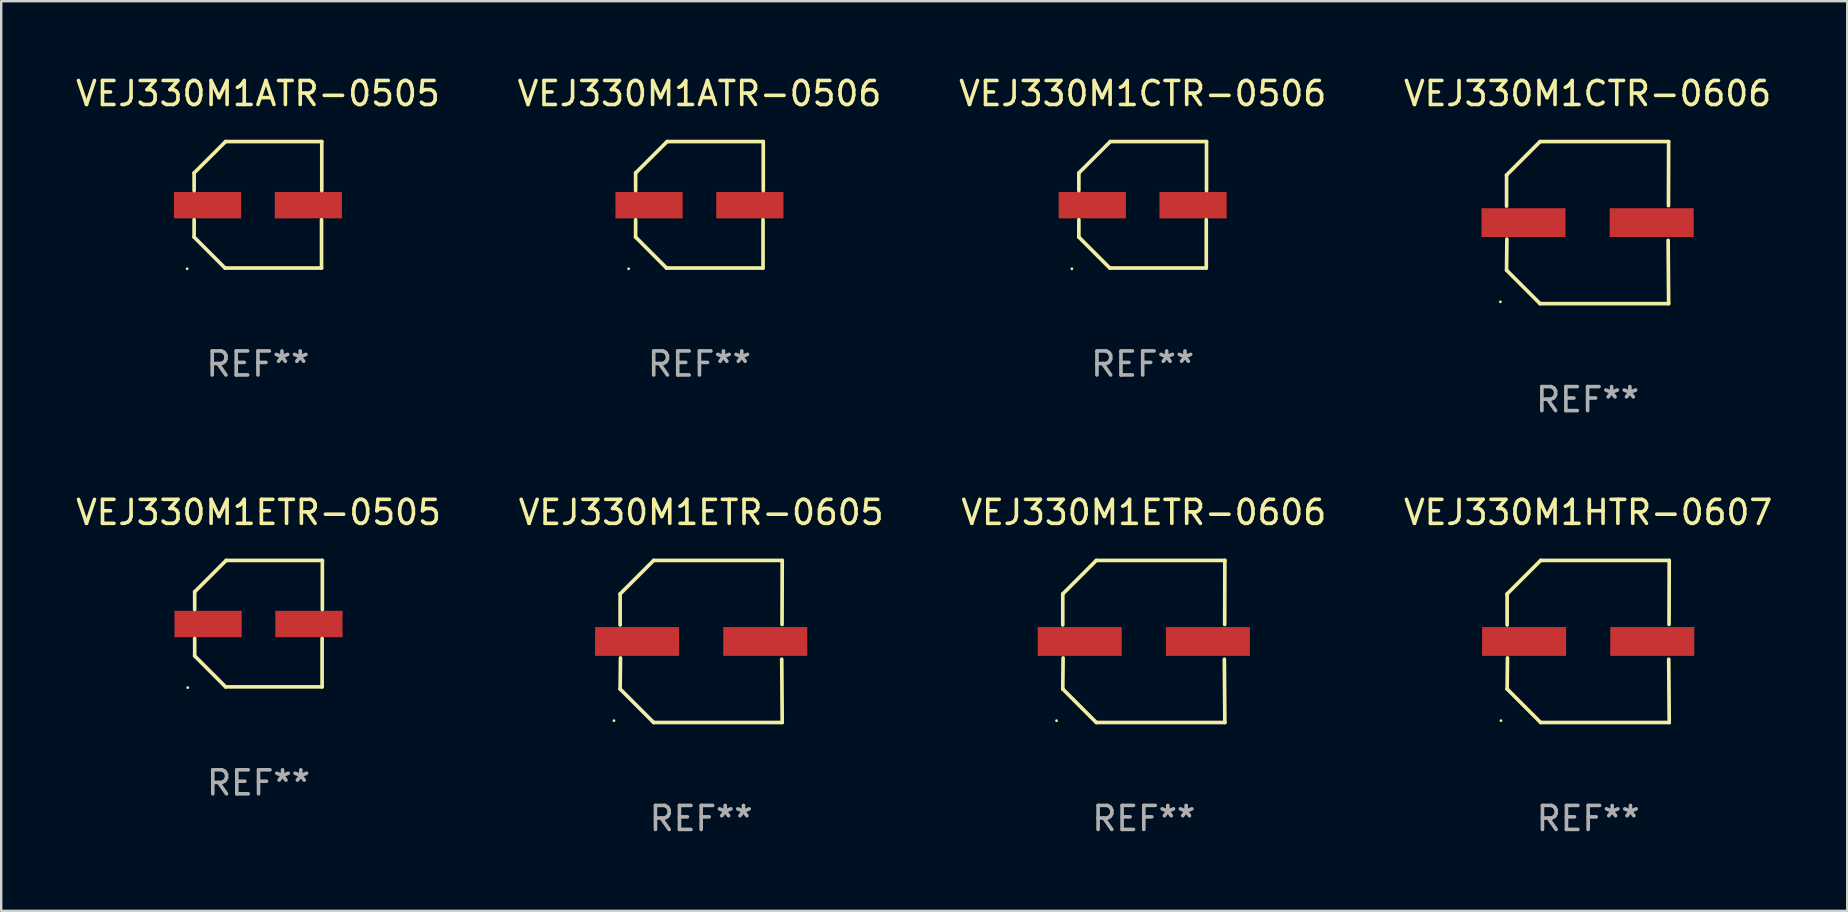
<source format=kicad_pcb>
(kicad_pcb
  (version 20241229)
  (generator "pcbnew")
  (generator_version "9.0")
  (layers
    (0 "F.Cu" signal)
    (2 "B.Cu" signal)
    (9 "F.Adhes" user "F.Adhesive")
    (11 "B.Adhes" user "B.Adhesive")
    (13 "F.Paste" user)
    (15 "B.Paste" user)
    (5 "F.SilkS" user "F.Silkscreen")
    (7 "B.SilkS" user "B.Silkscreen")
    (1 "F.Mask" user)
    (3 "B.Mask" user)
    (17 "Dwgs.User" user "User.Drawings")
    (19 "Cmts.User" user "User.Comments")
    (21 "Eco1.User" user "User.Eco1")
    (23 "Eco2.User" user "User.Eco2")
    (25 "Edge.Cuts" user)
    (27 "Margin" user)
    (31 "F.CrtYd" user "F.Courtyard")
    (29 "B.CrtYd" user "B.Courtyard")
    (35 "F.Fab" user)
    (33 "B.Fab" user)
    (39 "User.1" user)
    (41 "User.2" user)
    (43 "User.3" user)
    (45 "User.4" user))
  (footprint "VEJ330M1ETR-0605"
    (layer "F.Cu")
    (at 26.161 23.673)
    (property "Reference" "VEJ330M1ETR-0605" (at 0 -5.376 0) (layer "F.SilkS") (effects (font (size 1 1) (thickness 0.15))))
    (attr through_hole)
    (fp_line (start -3.376 -1.98) (end -3.376 -0.686) (stroke (width 0.152) (type solid)) (layer "F.SilkS"))
    (fp_line (start -3.376 1.981) (end -3.362 0.686) (stroke (width 0.152) (type solid)) (layer "F.SilkS"))
    (fp_line (start -1.981 3.376) (end -3.376 1.981) (stroke (width 0.152) (type solid)) (layer "F.SilkS"))
    (fp_line (start -1.98 -3.376) (end -3.376 -1.98) (stroke (width 0.152) (type solid)) (layer "F.SilkS"))
    (fp_line (start 3.356 0.74) (end 3.376 3.376) (stroke (width 0.152) (type solid)) (layer "F.SilkS"))
    (fp_line (start 3.369 -0.707) (end 3.376 -3.376) (stroke (width 0.152) (type solid)) (layer "F.SilkS"))
    (fp_line (start 3.376 3.376) (end -1.981 3.376) (stroke (width 0.152) (type solid)) (layer "F.SilkS"))
    (fp_line (start 3.376 -3.376) (end -1.98 -3.376) (stroke (width 0.152) (type solid)) (layer "F.SilkS"))
    (fp_circle (center -3.634 3.3) (end -3.604 3.3) (stroke (width 0.06) (type solid)) (fill no) (layer "F.SilkS"))
    (fp_text user "REF**" (at 0 7.376 0) (layer "F.Fab") (effects (font (size 1 1) (thickness 0.15))))
    (pad "1" smd rect (at -2.67 0.000254) (size 3.5 1.2) (layers "F.Cu" "F.Mask" "F.Paste"))
    (pad "2" smd rect (at 2.67 0.000254) (size 3.5 1.2) (layers "F.Cu" "F.Mask" "F.Paste")))
  (footprint "VEJ330M1ATR-0505"
    (layer "F.Cu")
    (at 7.696 5.482)
    (property "Reference" "VEJ330M1ATR-0505" (at 0 -4.634 0) (layer "F.SilkS") (effects (font (size 1 1) (thickness 0.15))))
    (attr through_hole)
    (fp_line (start -2.659 -1.326) (end -2.659 -0.592) (stroke (width 0.152) (type solid)) (layer "F.SilkS"))
    (fp_line (start -2.659 1.346) (end -2.659 0.622) (stroke (width 0.152) (type solid)) (layer "F.SilkS"))
    (fp_line (start -1.372 2.634) (end -2.659 1.346) (stroke (width 0.152) (type solid)) (layer "F.SilkS"))
    (fp_line (start -1.349 -2.634) (end -2.659 -1.326) (stroke (width 0.152) (type solid)) (layer "F.SilkS"))
    (fp_line (start 2.649 0.622) (end 2.649 2.634) (stroke (width 0.152) (type solid)) (layer "F.SilkS"))
    (fp_line (start 2.649 2.634) (end -1.372 2.634) (stroke (width 0.152) (type solid)) (layer "F.SilkS"))
    (fp_line (start 2.659 -2.634) (end -1.349 -2.634) (stroke (width 0.152) (type solid)) (layer "F.SilkS"))
    (fp_line (start 2.659 -0.592) (end 2.659 -2.634) (stroke (width 0.152) (type solid)) (layer "F.SilkS"))
    (fp_circle (center -2.95 2.665) (end -2.92 2.665) (stroke (width 0.06) (type solid)) (fill no) (layer "F.SilkS"))
    (fp_text user "REF**" (at 0 6.634 0) (layer "F.Fab") (effects (font (size 1 1) (thickness 0.15))))
    (pad "1" smd rect (at -2.1 0.015) (size 2.8 1.1) (layers "F.Cu" "F.Mask" "F.Paste"))
    (pad "2" smd rect (at 2.1 0.015) (size 2.8 1.1) (layers "F.Cu" "F.Mask" "F.Paste")))
  (footprint "VEJ330M1ETR-0505"
    (layer "F.Cu")
    (at 7.72 22.931)
    (property "Reference" "VEJ330M1ETR-0505" (at 0 -4.634 0) (layer "F.SilkS") (effects (font (size 1 1) (thickness 0.15))))
    (attr through_hole)
    (fp_line (start -2.659 -1.326) (end -2.659 -0.592) (stroke (width 0.152) (type solid)) (layer "F.SilkS"))
    (fp_line (start -2.659 1.346) (end -2.659 0.622) (stroke (width 0.152) (type solid)) (layer "F.SilkS"))
    (fp_line (start -1.372 2.634) (end -2.659 1.346) (stroke (width 0.152) (type solid)) (layer "F.SilkS"))
    (fp_line (start -1.349 -2.634) (end -2.659 -1.326) (stroke (width 0.152) (type solid)) (layer "F.SilkS"))
    (fp_line (start 2.649 0.622) (end 2.649 2.634) (stroke (width 0.152) (type solid)) (layer "F.SilkS"))
    (fp_line (start 2.649 2.634) (end -1.372 2.634) (stroke (width 0.152) (type solid)) (layer "F.SilkS"))
    (fp_line (start 2.659 -2.634) (end -1.349 -2.634) (stroke (width 0.152) (type solid)) (layer "F.SilkS"))
    (fp_line (start 2.659 -0.592) (end 2.659 -2.634) (stroke (width 0.152) (type solid)) (layer "F.SilkS"))
    (fp_circle (center -2.95 2.665) (end -2.92 2.665) (stroke (width 0.06) (type solid)) (fill no) (layer "F.SilkS"))
    (fp_text user "REF**" (at 0 6.634 0) (layer "F.Fab") (effects (font (size 1 1) (thickness 0.15))))
    (pad "1" smd rect (at -2.1 0.015) (size 2.8 1.1) (layers "F.Cu" "F.Mask" "F.Paste"))
    (pad "2" smd rect (at 2.1 0.015) (size 2.8 1.1) (layers "F.Cu" "F.Mask" "F.Paste")))
  (footprint "VEJ330M1CTR-0506"
    (layer "F.Cu")
    (at 44.554 5.482)
    (property "Reference" "VEJ330M1CTR-0506" (at 0 -4.634 0) (layer "F.SilkS") (effects (font (size 1 1) (thickness 0.15))))
    (attr through_hole)
    (fp_line (start -2.659 -1.326) (end -2.659 -0.592) (stroke (width 0.152) (type solid)) (layer "F.SilkS"))
    (fp_line (start -2.659 1.346) (end -2.659 0.622) (stroke (width 0.152) (type solid)) (layer "F.SilkS"))
    (fp_line (start -1.372 2.634) (end -2.659 1.346) (stroke (width 0.152) (type solid)) (layer "F.SilkS"))
    (fp_line (start -1.349 -2.634) (end -2.659 -1.326) (stroke (width 0.152) (type solid)) (layer "F.SilkS"))
    (fp_line (start 2.649 0.622) (end 2.649 2.634) (stroke (width 0.152) (type solid)) (layer "F.SilkS"))
    (fp_line (start 2.649 2.634) (end -1.372 2.634) (stroke (width 0.152) (type solid)) (layer "F.SilkS"))
    (fp_line (start 2.659 -2.634) (end -1.349 -2.634) (stroke (width 0.152) (type solid)) (layer "F.SilkS"))
    (fp_line (start 2.659 -0.592) (end 2.659 -2.634) (stroke (width 0.152) (type solid)) (layer "F.SilkS"))
    (fp_circle (center -2.95 2.665) (end -2.92 2.665) (stroke (width 0.06) (type solid)) (fill no) (layer "F.SilkS"))
    (fp_text user "REF**" (at 0 6.634 0) (layer "F.Fab") (effects (font (size 1 1) (thickness 0.15))))
    (pad "1" smd rect (at -2.1 0.015) (size 2.8 1.1) (layers "F.Cu" "F.Mask" "F.Paste"))
    (pad "2" smd rect (at 2.1 0.015) (size 2.8 1.1) (layers "F.Cu" "F.Mask" "F.Paste")))
  (footprint "VEJ330M1ATR-0506"
    (layer "F.Cu")
    (at 26.089 5.482)
    (property "Reference" "VEJ330M1ATR-0506" (at 0 -4.634 0) (layer "F.SilkS") (effects (font (size 1 1) (thickness 0.15))))
    (attr through_hole)
    (fp_line (start -2.659 -1.326) (end -2.659 -0.592) (stroke (width 0.152) (type solid)) (layer "F.SilkS"))
    (fp_line (start -2.659 1.346) (end -2.659 0.622) (stroke (width 0.152) (type solid)) (layer "F.SilkS"))
    (fp_line (start -1.372 2.634) (end -2.659 1.346) (stroke (width 0.152) (type solid)) (layer "F.SilkS"))
    (fp_line (start -1.349 -2.634) (end -2.659 -1.326) (stroke (width 0.152) (type solid)) (layer "F.SilkS"))
    (fp_line (start 2.649 0.622) (end 2.649 2.634) (stroke (width 0.152) (type solid)) (layer "F.SilkS"))
    (fp_line (start 2.649 2.634) (end -1.372 2.634) (stroke (width 0.152) (type solid)) (layer "F.SilkS"))
    (fp_line (start 2.659 -2.634) (end -1.349 -2.634) (stroke (width 0.152) (type solid)) (layer "F.SilkS"))
    (fp_line (start 2.659 -0.592) (end 2.659 -2.634) (stroke (width 0.152) (type solid)) (layer "F.SilkS"))
    (fp_circle (center -2.95 2.665) (end -2.92 2.665) (stroke (width 0.06) (type solid)) (fill no) (layer "F.SilkS"))
    (fp_text user "REF**" (at 0 6.634 0) (layer "F.Fab") (effects (font (size 1 1) (thickness 0.15))))
    (pad "1" smd rect (at -2.1 0.015) (size 2.8 1.1) (layers "F.Cu" "F.Mask" "F.Paste"))
    (pad "2" smd rect (at 2.1 0.015) (size 2.8 1.1) (layers "F.Cu" "F.Mask" "F.Paste")))
  (footprint "VEJ330M1CTR-0606"
    (layer "F.Cu")
    (at 63.089 6.224)
    (property "Reference" "VEJ330M1CTR-0606" (at 0 -5.376 0) (layer "F.SilkS") (effects (font (size 1 1) (thickness 0.15))))
    (attr through_hole)
    (fp_line (start -3.376 -1.98) (end -3.376 -0.686) (stroke (width 0.152) (type solid)) (layer "F.SilkS"))
    (fp_line (start -3.376 1.981) (end -3.362 0.686) (stroke (width 0.152) (type solid)) (layer "F.SilkS"))
    (fp_line (start -1.981 3.376) (end -3.376 1.981) (stroke (width 0.152) (type solid)) (layer "F.SilkS"))
    (fp_line (start -1.98 -3.376) (end -3.376 -1.98) (stroke (width 0.152) (type solid)) (layer "F.SilkS"))
    (fp_line (start 3.356 0.74) (end 3.376 3.376) (stroke (width 0.152) (type solid)) (layer "F.SilkS"))
    (fp_line (start 3.369 -0.707) (end 3.376 -3.376) (stroke (width 0.152) (type solid)) (layer "F.SilkS"))
    (fp_line (start 3.376 3.376) (end -1.981 3.376) (stroke (width 0.152) (type solid)) (layer "F.SilkS"))
    (fp_line (start 3.376 -3.376) (end -1.98 -3.376) (stroke (width 0.152) (type solid)) (layer "F.SilkS"))
    (fp_circle (center -3.634 3.3) (end -3.604 3.3) (stroke (width 0.06) (type solid)) (fill no) (layer "F.SilkS"))
    (fp_text user "REF**" (at 0 7.376 0) (layer "F.Fab") (effects (font (size 1 1) (thickness 0.15))))
    (pad "1" smd rect (at -2.67 0.000254) (size 3.5 1.2) (layers "F.Cu" "F.Mask" "F.Paste"))
    (pad "2" smd rect (at 2.67 0.000254) (size 3.5 1.2) (layers "F.Cu" "F.Mask" "F.Paste")))
  (footprint "VEJ330M1ETR-0606"
    (layer "F.Cu")
    (at 44.601 23.673)
    (property "Reference" "VEJ330M1ETR-0606" (at 0 -5.376 0) (layer "F.SilkS") (effects (font (size 1 1) (thickness 0.15))))
    (attr through_hole)
    (fp_line (start -3.376 -1.98) (end -3.376 -0.686) (stroke (width 0.152) (type solid)) (layer "F.SilkS"))
    (fp_line (start -3.376 1.981) (end -3.362 0.686) (stroke (width 0.152) (type solid)) (layer "F.SilkS"))
    (fp_line (start -1.981 3.376) (end -3.376 1.981) (stroke (width 0.152) (type solid)) (layer "F.SilkS"))
    (fp_line (start -1.98 -3.376) (end -3.376 -1.98) (stroke (width 0.152) (type solid)) (layer "F.SilkS"))
    (fp_line (start 3.356 0.74) (end 3.376 3.376) (stroke (width 0.152) (type solid)) (layer "F.SilkS"))
    (fp_line (start 3.369 -0.707) (end 3.376 -3.376) (stroke (width 0.152) (type solid)) (layer "F.SilkS"))
    (fp_line (start 3.376 3.376) (end -1.981 3.376) (stroke (width 0.152) (type solid)) (layer "F.SilkS"))
    (fp_line (start 3.376 -3.376) (end -1.98 -3.376) (stroke (width 0.152) (type solid)) (layer "F.SilkS"))
    (fp_circle (center -3.634 3.3) (end -3.604 3.3) (stroke (width 0.06) (type solid)) (fill no) (layer "F.SilkS"))
    (fp_text user "REF**" (at 0 7.376 0) (layer "F.Fab") (effects (font (size 1 1) (thickness 0.15))))
    (pad "1" smd rect (at -2.67 0.000254) (size 3.5 1.2) (layers "F.Cu" "F.Mask" "F.Paste"))
    (pad "2" smd rect (at 2.67 0.000254) (size 3.5 1.2) (layers "F.Cu" "F.Mask" "F.Paste")))
  (footprint "VEJ330M1HTR-0607"
    (layer "F.Cu")
    (at 63.113 23.673)
    (property "Reference" "VEJ330M1HTR-0607" (at 0 -5.376 0) (layer "F.SilkS") (effects (font (size 1 1) (thickness 0.15))))
    (attr through_hole)
    (fp_line (start -3.376 -1.98) (end -3.376 -0.686) (stroke (width 0.152) (type solid)) (layer "F.SilkS"))
    (fp_line (start -3.376 1.981) (end -3.362 0.686) (stroke (width 0.152) (type solid)) (layer "F.SilkS"))
    (fp_line (start -1.981 3.376) (end -3.376 1.981) (stroke (width 0.152) (type solid)) (layer "F.SilkS"))
    (fp_line (start -1.98 -3.376) (end -3.376 -1.98) (stroke (width 0.152) (type solid)) (layer "F.SilkS"))
    (fp_line (start 3.356 0.74) (end 3.376 3.376) (stroke (width 0.152) (type solid)) (layer "F.SilkS"))
    (fp_line (start 3.369 -0.707) (end 3.376 -3.376) (stroke (width 0.152) (type solid)) (layer "F.SilkS"))
    (fp_line (start 3.376 3.376) (end -1.981 3.376) (stroke (width 0.152) (type solid)) (layer "F.SilkS"))
    (fp_line (start 3.376 -3.376) (end -1.98 -3.376) (stroke (width 0.152) (type solid)) (layer "F.SilkS"))
    (fp_circle (center -3.634 3.3) (end -3.604 3.3) (stroke (width 0.06) (type solid)) (fill no) (layer "F.SilkS"))
    (fp_text user "REF**" (at 0 7.376 0) (layer "F.Fab") (effects (font (size 1 1) (thickness 0.15))))
    (pad "1" smd rect (at -2.67 0.000254) (size 3.5 1.2) (layers "F.Cu" "F.Mask" "F.Paste"))
    (pad "2" smd rect (at 2.67 0.000254) (size 3.5 1.2) (layers "F.Cu" "F.Mask" "F.Paste")))
  (gr_rect
    (start -3 -3)
    (end 73.905 34.897)
    (stroke (width 0.1) (type default))
    (fill no)
    (layer "Edge.Cuts")))
</source>
